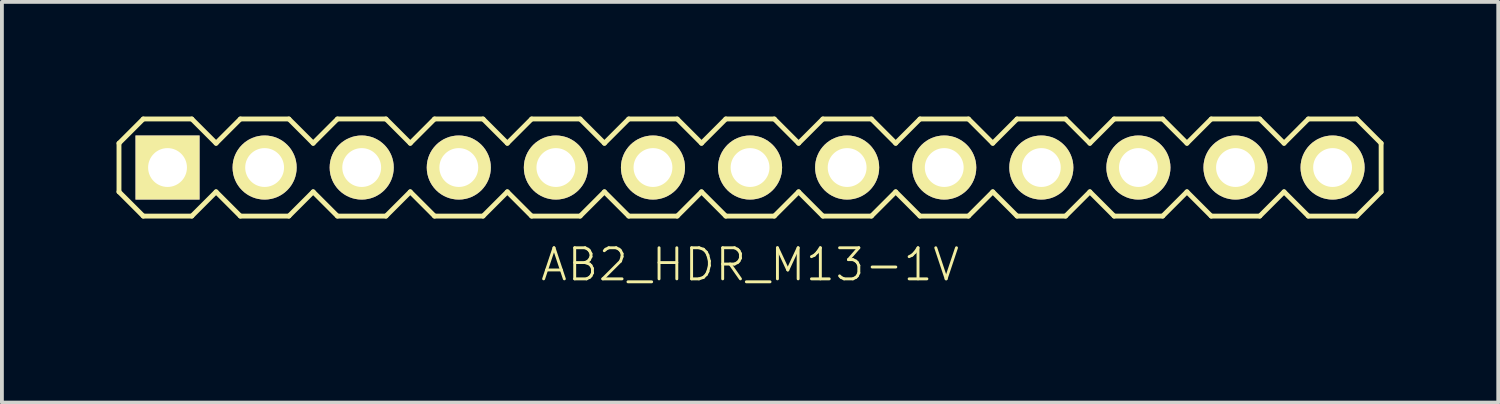
<source format=kicad_pcb>
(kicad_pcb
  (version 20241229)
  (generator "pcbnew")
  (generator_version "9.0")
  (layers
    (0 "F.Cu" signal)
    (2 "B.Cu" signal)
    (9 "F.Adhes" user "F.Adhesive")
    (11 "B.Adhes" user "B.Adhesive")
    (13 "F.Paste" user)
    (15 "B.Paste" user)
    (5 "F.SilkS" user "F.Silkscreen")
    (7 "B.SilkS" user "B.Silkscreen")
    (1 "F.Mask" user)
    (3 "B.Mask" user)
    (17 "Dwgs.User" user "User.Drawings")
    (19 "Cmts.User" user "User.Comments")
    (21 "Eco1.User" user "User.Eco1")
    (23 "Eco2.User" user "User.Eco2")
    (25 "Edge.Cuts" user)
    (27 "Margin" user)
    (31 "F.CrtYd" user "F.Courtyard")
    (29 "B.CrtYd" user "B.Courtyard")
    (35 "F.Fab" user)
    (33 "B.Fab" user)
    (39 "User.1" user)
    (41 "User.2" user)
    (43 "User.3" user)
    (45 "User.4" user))
  (footprint "AB2_HDR_M13-1V"
    (layer "F.Cu")
    (at 16.573 1.333)
    (property "Reference" "AB2_HDR_M13-1V" (at 0 2.54 0) (layer "F.SilkS") (effects (font (size 0.813 0.813) (thickness 0.076))))
    (attr through_hole)
    (fp_line (start -16.51 -0.635) (end -15.875 -1.27) (stroke (width 0.127) (type solid)) (layer "F.SilkS"))
    (fp_line (start -16.51 0.635) (end -16.51 -0.635) (stroke (width 0.127) (type solid)) (layer "F.SilkS"))
    (fp_line (start -15.875 -1.27) (end -14.605 -1.27) (stroke (width 0.127) (type solid)) (layer "F.SilkS"))
    (fp_line (start -15.875 1.27) (end -16.51 0.635) (stroke (width 0.127) (type solid)) (layer "F.SilkS"))
    (fp_line (start -14.605 -1.27) (end -13.97 -0.635) (stroke (width 0.127) (type solid)) (layer "F.SilkS"))
    (fp_line (start -14.605 1.27) (end -15.875 1.27) (stroke (width 0.127) (type solid)) (layer "F.SilkS"))
    (fp_line (start -13.97 -0.635) (end -13.335 -1.27) (stroke (width 0.127) (type solid)) (layer "F.SilkS"))
    (fp_line (start -13.97 0.635) (end -14.605 1.27) (stroke (width 0.127) (type solid)) (layer "F.SilkS"))
    (fp_line (start -13.335 -1.27) (end -12.065 -1.27) (stroke (width 0.127) (type solid)) (layer "F.SilkS"))
    (fp_line (start -13.335 1.27) (end -13.97 0.635) (stroke (width 0.127) (type solid)) (layer "F.SilkS"))
    (fp_line (start -12.065 -1.27) (end -11.43 -0.635) (stroke (width 0.127) (type solid)) (layer "F.SilkS"))
    (fp_line (start -12.065 1.27) (end -13.335 1.27) (stroke (width 0.127) (type solid)) (layer "F.SilkS"))
    (fp_line (start -11.43 -0.635) (end -10.795 -1.27) (stroke (width 0.127) (type solid)) (layer "F.SilkS"))
    (fp_line (start -11.43 0.635) (end -12.065 1.27) (stroke (width 0.127) (type solid)) (layer "F.SilkS"))
    (fp_line (start -10.795 -1.27) (end -9.525 -1.27) (stroke (width 0.127) (type solid)) (layer "F.SilkS"))
    (fp_line (start -10.795 1.27) (end -11.43 0.635) (stroke (width 0.127) (type solid)) (layer "F.SilkS"))
    (fp_line (start -9.525 -1.27) (end -8.89 -0.635) (stroke (width 0.127) (type solid)) (layer "F.SilkS"))
    (fp_line (start -9.525 1.27) (end -10.795 1.27) (stroke (width 0.127) (type solid)) (layer "F.SilkS"))
    (fp_line (start -8.89 -0.635) (end -8.255 -1.27) (stroke (width 0.127) (type solid)) (layer "F.SilkS"))
    (fp_line (start -8.89 0.635) (end -9.525 1.27) (stroke (width 0.127) (type solid)) (layer "F.SilkS"))
    (fp_line (start -8.255 -1.27) (end -6.985 -1.27) (stroke (width 0.127) (type solid)) (layer "F.SilkS"))
    (fp_line (start -8.255 1.27) (end -8.89 0.635) (stroke (width 0.127) (type solid)) (layer "F.SilkS"))
    (fp_line (start -6.985 -1.27) (end -6.35 -0.635) (stroke (width 0.127) (type solid)) (layer "F.SilkS"))
    (fp_line (start -6.985 1.27) (end -8.255 1.27) (stroke (width 0.127) (type solid)) (layer "F.SilkS"))
    (fp_line (start -6.35 -0.635) (end -5.715 -1.27) (stroke (width 0.127) (type solid)) (layer "F.SilkS"))
    (fp_line (start -6.35 0.635) (end -6.985 1.27) (stroke (width 0.127) (type solid)) (layer "F.SilkS"))
    (fp_line (start -5.715 -1.27) (end -4.445 -1.27) (stroke (width 0.127) (type solid)) (layer "F.SilkS"))
    (fp_line (start -5.715 1.27) (end -6.35 0.635) (stroke (width 0.127) (type solid)) (layer "F.SilkS"))
    (fp_line (start -4.445 -1.27) (end -3.81 -0.635) (stroke (width 0.127) (type solid)) (layer "F.SilkS"))
    (fp_line (start -4.445 1.27) (end -5.715 1.27) (stroke (width 0.127) (type solid)) (layer "F.SilkS"))
    (fp_line (start -3.81 -0.635) (end -3.175 -1.27) (stroke (width 0.127) (type solid)) (layer "F.SilkS"))
    (fp_line (start -3.81 0.635) (end -4.445 1.27) (stroke (width 0.127) (type solid)) (layer "F.SilkS"))
    (fp_line (start -3.175 -1.27) (end -1.905 -1.27) (stroke (width 0.127) (type solid)) (layer "F.SilkS"))
    (fp_line (start -3.175 1.27) (end -3.81 0.635) (stroke (width 0.127) (type solid)) (layer "F.SilkS"))
    (fp_line (start -1.905 -1.27) (end -1.27 -0.635) (stroke (width 0.127) (type solid)) (layer "F.SilkS"))
    (fp_line (start -1.905 1.27) (end -3.175 1.27) (stroke (width 0.127) (type solid)) (layer "F.SilkS"))
    (fp_line (start -1.27 -0.635) (end -0.635 -1.27) (stroke (width 0.127) (type solid)) (layer "F.SilkS"))
    (fp_line (start -1.27 0.635) (end -1.905 1.27) (stroke (width 0.127) (type solid)) (layer "F.SilkS"))
    (fp_line (start -0.635 -1.27) (end 0.635 -1.27) (stroke (width 0.127) (type solid)) (layer "F.SilkS"))
    (fp_line (start -0.635 1.27) (end -1.27 0.635) (stroke (width 0.127) (type solid)) (layer "F.SilkS"))
    (fp_line (start 0.635 -1.27) (end 1.27 -0.635) (stroke (width 0.127) (type solid)) (layer "F.SilkS"))
    (fp_line (start 0.635 1.27) (end -0.635 1.27) (stroke (width 0.127) (type solid)) (layer "F.SilkS"))
    (fp_line (start 1.27 -0.635) (end 1.905 -1.27) (stroke (width 0.127) (type solid)) (layer "F.SilkS"))
    (fp_line (start 1.27 0.635) (end 0.635 1.27) (stroke (width 0.127) (type solid)) (layer "F.SilkS"))
    (fp_line (start 1.905 -1.27) (end 3.175 -1.27) (stroke (width 0.127) (type solid)) (layer "F.SilkS"))
    (fp_line (start 1.905 1.27) (end 1.27 0.635) (stroke (width 0.127) (type solid)) (layer "F.SilkS"))
    (fp_line (start 3.175 -1.27) (end 3.81 -0.635) (stroke (width 0.127) (type solid)) (layer "F.SilkS"))
    (fp_line (start 3.175 1.27) (end 1.905 1.27) (stroke (width 0.127) (type solid)) (layer "F.SilkS"))
    (fp_line (start 3.81 -0.635) (end 4.445 -1.27) (stroke (width 0.127) (type solid)) (layer "F.SilkS"))
    (fp_line (start 3.81 0.635) (end 3.175 1.27) (stroke (width 0.127) (type solid)) (layer "F.SilkS"))
    (fp_line (start 4.445 -1.27) (end 5.715 -1.27) (stroke (width 0.127) (type solid)) (layer "F.SilkS"))
    (fp_line (start 4.445 1.27) (end 3.81 0.635) (stroke (width 0.127) (type solid)) (layer "F.SilkS"))
    (fp_line (start 5.715 -1.27) (end 6.35 -0.635) (stroke (width 0.127) (type solid)) (layer "F.SilkS"))
    (fp_line (start 5.715 1.27) (end 4.445 1.27) (stroke (width 0.127) (type solid)) (layer "F.SilkS"))
    (fp_line (start 6.35 -0.635) (end 6.985 -1.27) (stroke (width 0.127) (type solid)) (layer "F.SilkS"))
    (fp_line (start 6.35 0.635) (end 5.715 1.27) (stroke (width 0.127) (type solid)) (layer "F.SilkS"))
    (fp_line (start 6.985 -1.27) (end 8.255 -1.27) (stroke (width 0.127) (type solid)) (layer "F.SilkS"))
    (fp_line (start 6.985 1.27) (end 6.35 0.635) (stroke (width 0.127) (type solid)) (layer "F.SilkS"))
    (fp_line (start 8.255 -1.27) (end 8.89 -0.635) (stroke (width 0.127) (type solid)) (layer "F.SilkS"))
    (fp_line (start 8.255 1.27) (end 6.985 1.27) (stroke (width 0.127) (type solid)) (layer "F.SilkS"))
    (fp_line (start 8.89 -0.635) (end 9.525 -1.27) (stroke (width 0.127) (type solid)) (layer "F.SilkS"))
    (fp_line (start 8.89 0.635) (end 8.255 1.27) (stroke (width 0.127) (type solid)) (layer "F.SilkS"))
    (fp_line (start 9.525 -1.27) (end 10.795 -1.27) (stroke (width 0.127) (type solid)) (layer "F.SilkS"))
    (fp_line (start 9.525 1.27) (end 8.89 0.635) (stroke (width 0.127) (type solid)) (layer "F.SilkS"))
    (fp_line (start 10.795 -1.27) (end 11.43 -0.635) (stroke (width 0.127) (type solid)) (layer "F.SilkS"))
    (fp_line (start 10.795 1.27) (end 9.525 1.27) (stroke (width 0.127) (type solid)) (layer "F.SilkS"))
    (fp_line (start 11.43 -0.635) (end 12.065 -1.27) (stroke (width 0.127) (type solid)) (layer "F.SilkS"))
    (fp_line (start 11.43 0.635) (end 10.795 1.27) (stroke (width 0.127) (type solid)) (layer "F.SilkS"))
    (fp_line (start 12.065 -1.27) (end 13.335 -1.27) (stroke (width 0.127) (type solid)) (layer "F.SilkS"))
    (fp_line (start 12.065 1.27) (end 11.43 0.635) (stroke (width 0.127) (type solid)) (layer "F.SilkS"))
    (fp_line (start 13.335 -1.27) (end 13.97 -0.635) (stroke (width 0.127) (type solid)) (layer "F.SilkS"))
    (fp_line (start 13.335 1.27) (end 12.065 1.27) (stroke (width 0.127) (type solid)) (layer "F.SilkS"))
    (fp_line (start 13.97 -0.635) (end 14.605 -1.27) (stroke (width 0.127) (type solid)) (layer "F.SilkS"))
    (fp_line (start 13.97 0.635) (end 13.335 1.27) (stroke (width 0.127) (type solid)) (layer "F.SilkS"))
    (fp_line (start 14.605 -1.27) (end 15.875 -1.27) (stroke (width 0.127) (type solid)) (layer "F.SilkS"))
    (fp_line (start 14.605 1.27) (end 13.97 0.635) (stroke (width 0.127) (type solid)) (layer "F.SilkS"))
    (fp_line (start 15.875 -1.27) (end 16.51 -0.635) (stroke (width 0.127) (type solid)) (layer "F.SilkS"))
    (fp_line (start 15.875 1.27) (end 14.605 1.27) (stroke (width 0.127) (type solid)) (layer "F.SilkS"))
    (fp_line (start 16.51 -0.635) (end 16.51 0.635) (stroke (width 0.127) (type solid)) (layer "F.SilkS"))
    (fp_line (start 16.51 0.635) (end 15.875 1.27) (stroke (width 0.127) (type solid)) (layer "F.SilkS"))
    (pad "1" thru_hole rect (at -15.24 0) (size 1.676 1.676) (drill 1.016) (layers "*.Cu" "*.Mask" "F.SilkS"))
    (pad "2" thru_hole circle (at -12.7 0) (size 1.676 1.676) (drill 1.016) (layers "*.Cu" "*.Mask" "F.SilkS"))
    (pad "3" thru_hole circle (at -10.16 0) (size 1.676 1.676) (drill 1.016) (layers "*.Cu" "*.Mask" "F.SilkS"))
    (pad "4" thru_hole circle (at -7.62 0) (size 1.676 1.676) (drill 1.016) (layers "*.Cu" "*.Mask" "F.SilkS"))
    (pad "5" thru_hole circle (at -5.08 0) (size 1.676 1.676) (drill 1.016) (layers "*.Cu" "*.Mask" "F.SilkS"))
    (pad "6" thru_hole circle (at -2.54 0) (size 1.676 1.676) (drill 1.016) (layers "*.Cu" "*.Mask" "F.SilkS"))
    (pad "7" thru_hole circle (at 0 0) (size 1.676 1.676) (drill 1.016) (layers "*.Cu" "*.Mask" "F.SilkS"))
    (pad "8" thru_hole circle (at 2.54 0) (size 1.676 1.676) (drill 1.016) (layers "*.Cu" "*.Mask" "F.SilkS"))
    (pad "9" thru_hole circle (at 5.08 0) (size 1.676 1.676) (drill 1.016) (layers "*.Cu" "*.Mask" "F.SilkS"))
    (pad "10" thru_hole circle (at 7.62 0) (size 1.676 1.676) (drill 1.016) (layers "*.Cu" "*.Mask" "F.SilkS"))
    (pad "11" thru_hole circle (at 10.16 0) (size 1.676 1.676) (drill 1.016) (layers "*.Cu" "*.Mask" "F.SilkS"))
    (pad "12" thru_hole circle (at 12.7 0) (size 1.676 1.676) (drill 1.016) (layers "*.Cu" "*.Mask" "F.SilkS"))
    (pad "13" thru_hole circle (at 15.24 0) (size 1.676 1.676) (drill 1.016) (layers "*.Cu" "*.Mask" "F.SilkS")))
  (gr_rect
    (start -3 -3)
    (end 36.147 7.483)
    (stroke (width 0.1) (type default))
    (fill no)
    (layer "Edge.Cuts")))
</source>
